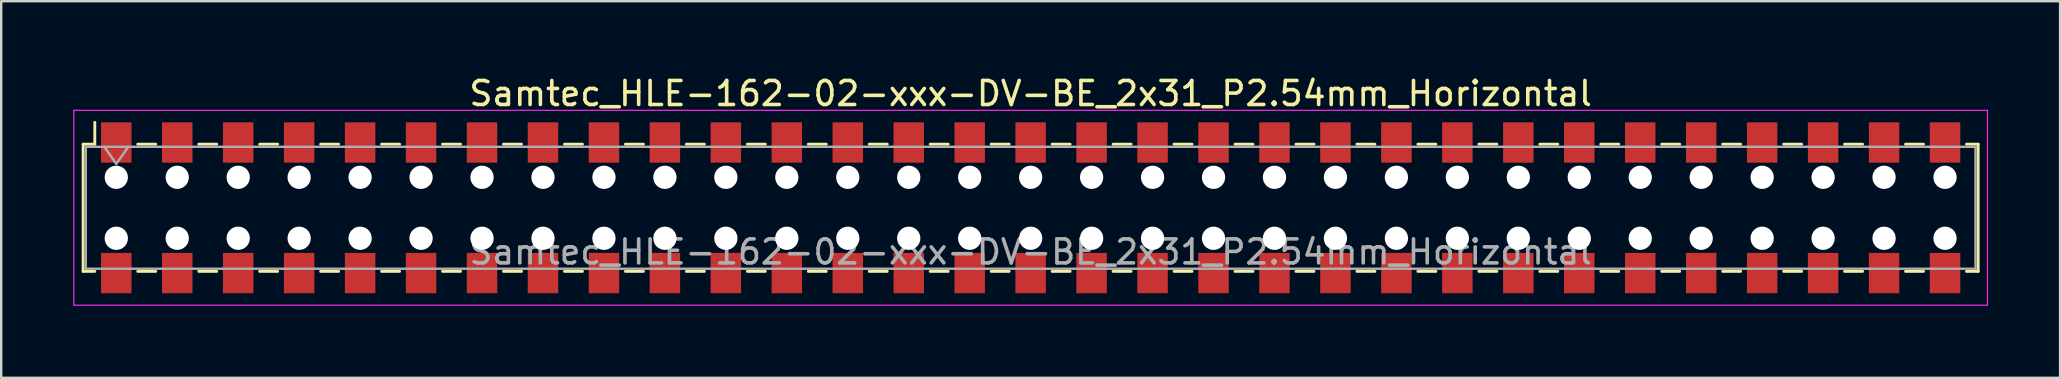
<source format=kicad_pcb>
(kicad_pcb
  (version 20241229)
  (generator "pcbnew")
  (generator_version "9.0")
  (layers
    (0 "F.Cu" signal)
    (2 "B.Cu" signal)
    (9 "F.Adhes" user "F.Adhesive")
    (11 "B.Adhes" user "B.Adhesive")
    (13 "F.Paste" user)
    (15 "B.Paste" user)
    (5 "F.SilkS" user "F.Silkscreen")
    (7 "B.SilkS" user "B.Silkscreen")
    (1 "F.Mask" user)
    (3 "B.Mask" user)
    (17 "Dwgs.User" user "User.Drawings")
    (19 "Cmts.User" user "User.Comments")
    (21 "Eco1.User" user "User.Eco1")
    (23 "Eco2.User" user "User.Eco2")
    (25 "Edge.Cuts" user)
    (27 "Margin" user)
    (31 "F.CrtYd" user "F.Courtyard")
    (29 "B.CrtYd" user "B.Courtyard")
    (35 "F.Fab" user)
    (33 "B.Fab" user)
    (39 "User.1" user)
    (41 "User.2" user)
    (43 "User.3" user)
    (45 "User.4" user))
  (footprint "Samtec_HLE-162-02-xxx-DV-BE_2x31_P2.54mm_Horizontal"
    (layer "F.Cu")
    (at 39.895 5.608)
    (property "Reference" "Samtec_HLE-162-02-xxx-DV-BE_2x31_P2.54mm_Horizontal" (at 0 -4.76 0) (layer "F.SilkS") (effects (font (size 1 1) (thickness 0.15))))
    (attr smd)
    (fp_line (start -39.48 -2.65) (end -39.48 2.65) (stroke (width 0.12) (type solid)) (layer "F.SilkS"))
    (fp_line (start -39.48 2.65) (end -38.995 2.65) (stroke (width 0.12) (type solid)) (layer "F.SilkS"))
    (fp_line (start -38.995 -3.56) (end -38.995 -2.65) (stroke (width 0.12) (type solid)) (layer "F.SilkS"))
    (fp_line (start -38.995 -2.65) (end -39.48 -2.65) (stroke (width 0.12) (type solid)) (layer "F.SilkS"))
    (fp_line (start -37.205 -2.65) (end -36.455 -2.65) (stroke (width 0.12) (type solid)) (layer "F.SilkS"))
    (fp_line (start -37.205 2.65) (end -36.455 2.65) (stroke (width 0.12) (type solid)) (layer "F.SilkS"))
    (fp_line (start -34.665 -2.65) (end -33.915 -2.65) (stroke (width 0.12) (type solid)) (layer "F.SilkS"))
    (fp_line (start -34.665 2.65) (end -33.915 2.65) (stroke (width 0.12) (type solid)) (layer "F.SilkS"))
    (fp_line (start -32.125 -2.65) (end -31.375 -2.65) (stroke (width 0.12) (type solid)) (layer "F.SilkS"))
    (fp_line (start -32.125 2.65) (end -31.375 2.65) (stroke (width 0.12) (type solid)) (layer "F.SilkS"))
    (fp_line (start -29.585 -2.65) (end -28.835 -2.65) (stroke (width 0.12) (type solid)) (layer "F.SilkS"))
    (fp_line (start -29.585 2.65) (end -28.835 2.65) (stroke (width 0.12) (type solid)) (layer "F.SilkS"))
    (fp_line (start -27.045 -2.65) (end -26.295 -2.65) (stroke (width 0.12) (type solid)) (layer "F.SilkS"))
    (fp_line (start -27.045 2.65) (end -26.295 2.65) (stroke (width 0.12) (type solid)) (layer "F.SilkS"))
    (fp_line (start -24.505 -2.65) (end -23.755 -2.65) (stroke (width 0.12) (type solid)) (layer "F.SilkS"))
    (fp_line (start -24.505 2.65) (end -23.755 2.65) (stroke (width 0.12) (type solid)) (layer "F.SilkS"))
    (fp_line (start -21.965 -2.65) (end -21.215 -2.65) (stroke (width 0.12) (type solid)) (layer "F.SilkS"))
    (fp_line (start -21.965 2.65) (end -21.215 2.65) (stroke (width 0.12) (type solid)) (layer "F.SilkS"))
    (fp_line (start -19.425 -2.65) (end -18.675 -2.65) (stroke (width 0.12) (type solid)) (layer "F.SilkS"))
    (fp_line (start -19.425 2.65) (end -18.675 2.65) (stroke (width 0.12) (type solid)) (layer "F.SilkS"))
    (fp_line (start -16.885 -2.65) (end -16.135 -2.65) (stroke (width 0.12) (type solid)) (layer "F.SilkS"))
    (fp_line (start -16.885 2.65) (end -16.135 2.65) (stroke (width 0.12) (type solid)) (layer "F.SilkS"))
    (fp_line (start -14.345 -2.65) (end -13.595 -2.65) (stroke (width 0.12) (type solid)) (layer "F.SilkS"))
    (fp_line (start -14.345 2.65) (end -13.595 2.65) (stroke (width 0.12) (type solid)) (layer "F.SilkS"))
    (fp_line (start -11.805 -2.65) (end -11.055 -2.65) (stroke (width 0.12) (type solid)) (layer "F.SilkS"))
    (fp_line (start -11.805 2.65) (end -11.055 2.65) (stroke (width 0.12) (type solid)) (layer "F.SilkS"))
    (fp_line (start -9.265 -2.65) (end -8.515 -2.65) (stroke (width 0.12) (type solid)) (layer "F.SilkS"))
    (fp_line (start -9.265 2.65) (end -8.515 2.65) (stroke (width 0.12) (type solid)) (layer "F.SilkS"))
    (fp_line (start -6.725 -2.65) (end -5.975 -2.65) (stroke (width 0.12) (type solid)) (layer "F.SilkS"))
    (fp_line (start -6.725 2.65) (end -5.975 2.65) (stroke (width 0.12) (type solid)) (layer "F.SilkS"))
    (fp_line (start -4.185 -2.65) (end -3.435 -2.65) (stroke (width 0.12) (type solid)) (layer "F.SilkS"))
    (fp_line (start -4.185 2.65) (end -3.435 2.65) (stroke (width 0.12) (type solid)) (layer "F.SilkS"))
    (fp_line (start -1.645 -2.65) (end -0.895 -2.65) (stroke (width 0.12) (type solid)) (layer "F.SilkS"))
    (fp_line (start -1.645 2.65) (end -0.895 2.65) (stroke (width 0.12) (type solid)) (layer "F.SilkS"))
    (fp_line (start 0.895 -2.65) (end 1.645 -2.65) (stroke (width 0.12) (type solid)) (layer "F.SilkS"))
    (fp_line (start 0.895 2.65) (end 1.645 2.65) (stroke (width 0.12) (type solid)) (layer "F.SilkS"))
    (fp_line (start 3.435 -2.65) (end 4.185 -2.65) (stroke (width 0.12) (type solid)) (layer "F.SilkS"))
    (fp_line (start 3.435 2.65) (end 4.185 2.65) (stroke (width 0.12) (type solid)) (layer "F.SilkS"))
    (fp_line (start 5.975 -2.65) (end 6.725 -2.65) (stroke (width 0.12) (type solid)) (layer "F.SilkS"))
    (fp_line (start 5.975 2.65) (end 6.725 2.65) (stroke (width 0.12) (type solid)) (layer "F.SilkS"))
    (fp_line (start 8.515 -2.65) (end 9.265 -2.65) (stroke (width 0.12) (type solid)) (layer "F.SilkS"))
    (fp_line (start 8.515 2.65) (end 9.265 2.65) (stroke (width 0.12) (type solid)) (layer "F.SilkS"))
    (fp_line (start 11.055 -2.65) (end 11.805 -2.65) (stroke (width 0.12) (type solid)) (layer "F.SilkS"))
    (fp_line (start 11.055 2.65) (end 11.805 2.65) (stroke (width 0.12) (type solid)) (layer "F.SilkS"))
    (fp_line (start 13.595 -2.65) (end 14.345 -2.65) (stroke (width 0.12) (type solid)) (layer "F.SilkS"))
    (fp_line (start 13.595 2.65) (end 14.345 2.65) (stroke (width 0.12) (type solid)) (layer "F.SilkS"))
    (fp_line (start 16.135 -2.65) (end 16.885 -2.65) (stroke (width 0.12) (type solid)) (layer "F.SilkS"))
    (fp_line (start 16.135 2.65) (end 16.885 2.65) (stroke (width 0.12) (type solid)) (layer "F.SilkS"))
    (fp_line (start 18.675 -2.65) (end 19.425 -2.65) (stroke (width 0.12) (type solid)) (layer "F.SilkS"))
    (fp_line (start 18.675 2.65) (end 19.425 2.65) (stroke (width 0.12) (type solid)) (layer "F.SilkS"))
    (fp_line (start 21.215 -2.65) (end 21.965 -2.65) (stroke (width 0.12) (type solid)) (layer "F.SilkS"))
    (fp_line (start 21.215 2.65) (end 21.965 2.65) (stroke (width 0.12) (type solid)) (layer "F.SilkS"))
    (fp_line (start 23.755 -2.65) (end 24.505 -2.65) (stroke (width 0.12) (type solid)) (layer "F.SilkS"))
    (fp_line (start 23.755 2.65) (end 24.505 2.65) (stroke (width 0.12) (type solid)) (layer "F.SilkS"))
    (fp_line (start 26.295 -2.65) (end 27.045 -2.65) (stroke (width 0.12) (type solid)) (layer "F.SilkS"))
    (fp_line (start 26.295 2.65) (end 27.045 2.65) (stroke (width 0.12) (type solid)) (layer "F.SilkS"))
    (fp_line (start 28.835 -2.65) (end 29.585 -2.65) (stroke (width 0.12) (type solid)) (layer "F.SilkS"))
    (fp_line (start 28.835 2.65) (end 29.585 2.65) (stroke (width 0.12) (type solid)) (layer "F.SilkS"))
    (fp_line (start 31.375 -2.65) (end 32.125 -2.65) (stroke (width 0.12) (type solid)) (layer "F.SilkS"))
    (fp_line (start 31.375 2.65) (end 32.125 2.65) (stroke (width 0.12) (type solid)) (layer "F.SilkS"))
    (fp_line (start 33.915 -2.65) (end 34.665 -2.65) (stroke (width 0.12) (type solid)) (layer "F.SilkS"))
    (fp_line (start 33.915 2.65) (end 34.665 2.65) (stroke (width 0.12) (type solid)) (layer "F.SilkS"))
    (fp_line (start 36.455 -2.65) (end 37.205 -2.65) (stroke (width 0.12) (type solid)) (layer "F.SilkS"))
    (fp_line (start 36.455 2.65) (end 37.205 2.65) (stroke (width 0.12) (type solid)) (layer "F.SilkS"))
    (fp_line (start 38.995 -2.65) (end 39.48 -2.65) (stroke (width 0.12) (type solid)) (layer "F.SilkS"))
    (fp_line (start 39.48 -2.65) (end 39.48 2.65) (stroke (width 0.12) (type solid)) (layer "F.SilkS"))
    (fp_line (start 39.48 2.65) (end 38.995 2.65) (stroke (width 0.12) (type solid)) (layer "F.SilkS"))
    (fp_line (start -39.87 -4.06) (end 39.87 -4.06) (stroke (width 0.05) (type solid)) (layer "F.CrtYd"))
    (fp_line (start -39.87 4.06) (end -39.87 -4.06) (stroke (width 0.05) (type solid)) (layer "F.CrtYd"))
    (fp_line (start 39.87 -4.06) (end 39.87 4.06) (stroke (width 0.05) (type solid)) (layer "F.CrtYd"))
    (fp_line (start 39.87 4.06) (end -39.87 4.06) (stroke (width 0.05) (type solid)) (layer "F.CrtYd"))
    (fp_line (start -39.37 -2.54) (end 39.37 -2.54) (stroke (width 0.1) (type solid)) (layer "F.Fab"))
    (fp_line (start -39.37 2.54) (end -39.37 -2.54) (stroke (width 0.1) (type solid)) (layer "F.Fab"))
    (fp_line (start -38.6 -2.54) (end -38.1 -1.833) (stroke (width 0.1) (type solid)) (layer "F.Fab"))
    (fp_line (start -38.1 -1.833) (end -37.6 -2.54) (stroke (width 0.1) (type solid)) (layer "F.Fab"))
    (fp_line (start 39.37 -2.54) (end 39.37 2.54) (stroke (width 0.1) (type solid)) (layer "F.Fab"))
    (fp_line (start 39.37 2.54) (end -39.37 2.54) (stroke (width 0.1) (type solid)) (layer "F.Fab"))
    (fp_text user "${REFERENCE}" (at 0 1.84 0) (layer "F.Fab") (effects (font (size 1 1) (thickness 0.15))))
    (pad "" np_thru_hole circle (at -38.1 -1.27) (size 0.97 0.97) (drill 0.97) (layers "*.Cu" "*.Mask"))
    (pad "" np_thru_hole circle (at -38.1 1.27) (size 0.97 0.97) (drill 0.97) (layers "*.Cu" "*.Mask"))
    (pad "" np_thru_hole circle (at -35.56 -1.27) (size 0.97 0.97) (drill 0.97) (layers "*.Cu" "*.Mask"))
    (pad "" np_thru_hole circle (at -35.56 1.27) (size 0.97 0.97) (drill 0.97) (layers "*.Cu" "*.Mask"))
    (pad "" np_thru_hole circle (at -33.02 -1.27) (size 0.97 0.97) (drill 0.97) (layers "*.Cu" "*.Mask"))
    (pad "" np_thru_hole circle (at -33.02 1.27) (size 0.97 0.97) (drill 0.97) (layers "*.Cu" "*.Mask"))
    (pad "" np_thru_hole circle (at -30.48 -1.27) (size 0.97 0.97) (drill 0.97) (layers "*.Cu" "*.Mask"))
    (pad "" np_thru_hole circle (at -30.48 1.27) (size 0.97 0.97) (drill 0.97) (layers "*.Cu" "*.Mask"))
    (pad "" np_thru_hole circle (at -27.94 -1.27) (size 0.97 0.97) (drill 0.97) (layers "*.Cu" "*.Mask"))
    (pad "" np_thru_hole circle (at -27.94 1.27) (size 0.97 0.97) (drill 0.97) (layers "*.Cu" "*.Mask"))
    (pad "" np_thru_hole circle (at -25.4 -1.27) (size 0.97 0.97) (drill 0.97) (layers "*.Cu" "*.Mask"))
    (pad "" np_thru_hole circle (at -25.4 1.27) (size 0.97 0.97) (drill 0.97) (layers "*.Cu" "*.Mask"))
    (pad "" np_thru_hole circle (at -22.86 -1.27) (size 0.97 0.97) (drill 0.97) (layers "*.Cu" "*.Mask"))
    (pad "" np_thru_hole circle (at -22.86 1.27) (size 0.97 0.97) (drill 0.97) (layers "*.Cu" "*.Mask"))
    (pad "" np_thru_hole circle (at -20.32 -1.27) (size 0.97 0.97) (drill 0.97) (layers "*.Cu" "*.Mask"))
    (pad "" np_thru_hole circle (at -20.32 1.27) (size 0.97 0.97) (drill 0.97) (layers "*.Cu" "*.Mask"))
    (pad "" np_thru_hole circle (at -17.78 -1.27) (size 0.97 0.97) (drill 0.97) (layers "*.Cu" "*.Mask"))
    (pad "" np_thru_hole circle (at -17.78 1.27) (size 0.97 0.97) (drill 0.97) (layers "*.Cu" "*.Mask"))
    (pad "" np_thru_hole circle (at -15.24 -1.27) (size 0.97 0.97) (drill 0.97) (layers "*.Cu" "*.Mask"))
    (pad "" np_thru_hole circle (at -15.24 1.27) (size 0.97 0.97) (drill 0.97) (layers "*.Cu" "*.Mask"))
    (pad "" np_thru_hole circle (at -12.7 -1.27) (size 0.97 0.97) (drill 0.97) (layers "*.Cu" "*.Mask"))
    (pad "" np_thru_hole circle (at -12.7 1.27) (size 0.97 0.97) (drill 0.97) (layers "*.Cu" "*.Mask"))
    (pad "" np_thru_hole circle (at -10.16 -1.27) (size 0.97 0.97) (drill 0.97) (layers "*.Cu" "*.Mask"))
    (pad "" np_thru_hole circle (at -10.16 1.27) (size 0.97 0.97) (drill 0.97) (layers "*.Cu" "*.Mask"))
    (pad "" np_thru_hole circle (at -7.62 -1.27) (size 0.97 0.97) (drill 0.97) (layers "*.Cu" "*.Mask"))
    (pad "" np_thru_hole circle (at -7.62 1.27) (size 0.97 0.97) (drill 0.97) (layers "*.Cu" "*.Mask"))
    (pad "" np_thru_hole circle (at -5.08 -1.27) (size 0.97 0.97) (drill 0.97) (layers "*.Cu" "*.Mask"))
    (pad "" np_thru_hole circle (at -5.08 1.27) (size 0.97 0.97) (drill 0.97) (layers "*.Cu" "*.Mask"))
    (pad "" np_thru_hole circle (at -2.54 -1.27) (size 0.97 0.97) (drill 0.97) (layers "*.Cu" "*.Mask"))
    (pad "" np_thru_hole circle (at -2.54 1.27) (size 0.97 0.97) (drill 0.97) (layers "*.Cu" "*.Mask"))
    (pad "" np_thru_hole circle (at 0 -1.27) (size 0.97 0.97) (drill 0.97) (layers "*.Cu" "*.Mask"))
    (pad "" np_thru_hole circle (at 0 1.27) (size 0.97 0.97) (drill 0.97) (layers "*.Cu" "*.Mask"))
    (pad "" np_thru_hole circle (at 2.54 -1.27) (size 0.97 0.97) (drill 0.97) (layers "*.Cu" "*.Mask"))
    (pad "" np_thru_hole circle (at 2.54 1.27) (size 0.97 0.97) (drill 0.97) (layers "*.Cu" "*.Mask"))
    (pad "" np_thru_hole circle (at 5.08 -1.27) (size 0.97 0.97) (drill 0.97) (layers "*.Cu" "*.Mask"))
    (pad "" np_thru_hole circle (at 5.08 1.27) (size 0.97 0.97) (drill 0.97) (layers "*.Cu" "*.Mask"))
    (pad "" np_thru_hole circle (at 7.62 -1.27) (size 0.97 0.97) (drill 0.97) (layers "*.Cu" "*.Mask"))
    (pad "" np_thru_hole circle (at 7.62 1.27) (size 0.97 0.97) (drill 0.97) (layers "*.Cu" "*.Mask"))
    (pad "" np_thru_hole circle (at 10.16 -1.27) (size 0.97 0.97) (drill 0.97) (layers "*.Cu" "*.Mask"))
    (pad "" np_thru_hole circle (at 10.16 1.27) (size 0.97 0.97) (drill 0.97) (layers "*.Cu" "*.Mask"))
    (pad "" np_thru_hole circle (at 12.7 -1.27) (size 0.97 0.97) (drill 0.97) (layers "*.Cu" "*.Mask"))
    (pad "" np_thru_hole circle (at 12.7 1.27) (size 0.97 0.97) (drill 0.97) (layers "*.Cu" "*.Mask"))
    (pad "" np_thru_hole circle (at 15.24 -1.27) (size 0.97 0.97) (drill 0.97) (layers "*.Cu" "*.Mask"))
    (pad "" np_thru_hole circle (at 15.24 1.27) (size 0.97 0.97) (drill 0.97) (layers "*.Cu" "*.Mask"))
    (pad "" np_thru_hole circle (at 17.78 -1.27) (size 0.97 0.97) (drill 0.97) (layers "*.Cu" "*.Mask"))
    (pad "" np_thru_hole circle (at 17.78 1.27) (size 0.97 0.97) (drill 0.97) (layers "*.Cu" "*.Mask"))
    (pad "" np_thru_hole circle (at 20.32 -1.27) (size 0.97 0.97) (drill 0.97) (layers "*.Cu" "*.Mask"))
    (pad "" np_thru_hole circle (at 20.32 1.27) (size 0.97 0.97) (drill 0.97) (layers "*.Cu" "*.Mask"))
    (pad "" np_thru_hole circle (at 22.86 -1.27) (size 0.97 0.97) (drill 0.97) (layers "*.Cu" "*.Mask"))
    (pad "" np_thru_hole circle (at 22.86 1.27) (size 0.97 0.97) (drill 0.97) (layers "*.Cu" "*.Mask"))
    (pad "" np_thru_hole circle (at 25.4 -1.27) (size 0.97 0.97) (drill 0.97) (layers "*.Cu" "*.Mask"))
    (pad "" np_thru_hole circle (at 25.4 1.27) (size 0.97 0.97) (drill 0.97) (layers "*.Cu" "*.Mask"))
    (pad "" np_thru_hole circle (at 27.94 -1.27) (size 0.97 0.97) (drill 0.97) (layers "*.Cu" "*.Mask"))
    (pad "" np_thru_hole circle (at 27.94 1.27) (size 0.97 0.97) (drill 0.97) (layers "*.Cu" "*.Mask"))
    (pad "" np_thru_hole circle (at 30.48 -1.27) (size 0.97 0.97) (drill 0.97) (layers "*.Cu" "*.Mask"))
    (pad "" np_thru_hole circle (at 30.48 1.27) (size 0.97 0.97) (drill 0.97) (layers "*.Cu" "*.Mask"))
    (pad "" np_thru_hole circle (at 33.02 -1.27) (size 0.97 0.97) (drill 0.97) (layers "*.Cu" "*.Mask"))
    (pad "" np_thru_hole circle (at 33.02 1.27) (size 0.97 0.97) (drill 0.97) (layers "*.Cu" "*.Mask"))
    (pad "" np_thru_hole circle (at 35.56 -1.27) (size 0.97 0.97) (drill 0.97) (layers "*.Cu" "*.Mask"))
    (pad "" np_thru_hole circle (at 35.56 1.27) (size 0.97 0.97) (drill 0.97) (layers "*.Cu" "*.Mask"))
    (pad "" np_thru_hole circle (at 38.1 -1.27) (size 0.97 0.97) (drill 0.97) (layers "*.Cu" "*.Mask"))
    (pad "" np_thru_hole circle (at 38.1 1.27) (size 0.97 0.97) (drill 0.97) (layers "*.Cu" "*.Mask"))
    (pad "1" smd rect (at -38.1 -2.72) (size 1.27 1.68) (layers "F.Cu" "F.Mask" "F.Paste"))
    (pad "2" smd rect (at -38.1 2.72) (size 1.27 1.68) (layers "F.Cu" "F.Mask" "F.Paste"))
    (pad "3" smd rect (at -35.56 -2.72) (size 1.27 1.68) (layers "F.Cu" "F.Mask" "F.Paste"))
    (pad "4" smd rect (at -35.56 2.72) (size 1.27 1.68) (layers "F.Cu" "F.Mask" "F.Paste"))
    (pad "5" smd rect (at -33.02 -2.72) (size 1.27 1.68) (layers "F.Cu" "F.Mask" "F.Paste"))
    (pad "6" smd rect (at -33.02 2.72) (size 1.27 1.68) (layers "F.Cu" "F.Mask" "F.Paste"))
    (pad "7" smd rect (at -30.48 -2.72) (size 1.27 1.68) (layers "F.Cu" "F.Mask" "F.Paste"))
    (pad "8" smd rect (at -30.48 2.72) (size 1.27 1.68) (layers "F.Cu" "F.Mask" "F.Paste"))
    (pad "9" smd rect (at -27.94 -2.72) (size 1.27 1.68) (layers "F.Cu" "F.Mask" "F.Paste"))
    (pad "10" smd rect (at -27.94 2.72) (size 1.27 1.68) (layers "F.Cu" "F.Mask" "F.Paste"))
    (pad "11" smd rect (at -25.4 -2.72) (size 1.27 1.68) (layers "F.Cu" "F.Mask" "F.Paste"))
    (pad "12" smd rect (at -25.4 2.72) (size 1.27 1.68) (layers "F.Cu" "F.Mask" "F.Paste"))
    (pad "13" smd rect (at -22.86 -2.72) (size 1.27 1.68) (layers "F.Cu" "F.Mask" "F.Paste"))
    (pad "14" smd rect (at -22.86 2.72) (size 1.27 1.68) (layers "F.Cu" "F.Mask" "F.Paste"))
    (pad "15" smd rect (at -20.32 -2.72) (size 1.27 1.68) (layers "F.Cu" "F.Mask" "F.Paste"))
    (pad "16" smd rect (at -20.32 2.72) (size 1.27 1.68) (layers "F.Cu" "F.Mask" "F.Paste"))
    (pad "17" smd rect (at -17.78 -2.72) (size 1.27 1.68) (layers "F.Cu" "F.Mask" "F.Paste"))
    (pad "18" smd rect (at -17.78 2.72) (size 1.27 1.68) (layers "F.Cu" "F.Mask" "F.Paste"))
    (pad "19" smd rect (at -15.24 -2.72) (size 1.27 1.68) (layers "F.Cu" "F.Mask" "F.Paste"))
    (pad "20" smd rect (at -15.24 2.72) (size 1.27 1.68) (layers "F.Cu" "F.Mask" "F.Paste"))
    (pad "21" smd rect (at -12.7 -2.72) (size 1.27 1.68) (layers "F.Cu" "F.Mask" "F.Paste"))
    (pad "22" smd rect (at -12.7 2.72) (size 1.27 1.68) (layers "F.Cu" "F.Mask" "F.Paste"))
    (pad "23" smd rect (at -10.16 -2.72) (size 1.27 1.68) (layers "F.Cu" "F.Mask" "F.Paste"))
    (pad "24" smd rect (at -10.16 2.72) (size 1.27 1.68) (layers "F.Cu" "F.Mask" "F.Paste"))
    (pad "25" smd rect (at -7.62 -2.72) (size 1.27 1.68) (layers "F.Cu" "F.Mask" "F.Paste"))
    (pad "26" smd rect (at -7.62 2.72) (size 1.27 1.68) (layers "F.Cu" "F.Mask" "F.Paste"))
    (pad "27" smd rect (at -5.08 -2.72) (size 1.27 1.68) (layers "F.Cu" "F.Mask" "F.Paste"))
    (pad "28" smd rect (at -5.08 2.72) (size 1.27 1.68) (layers "F.Cu" "F.Mask" "F.Paste"))
    (pad "29" smd rect (at -2.54 -2.72) (size 1.27 1.68) (layers "F.Cu" "F.Mask" "F.Paste"))
    (pad "30" smd rect (at -2.54 2.72) (size 1.27 1.68) (layers "F.Cu" "F.Mask" "F.Paste"))
    (pad "31" smd rect (at 0 -2.72) (size 1.27 1.68) (layers "F.Cu" "F.Mask" "F.Paste"))
    (pad "32" smd rect (at 0 2.72) (size 1.27 1.68) (layers "F.Cu" "F.Mask" "F.Paste"))
    (pad "33" smd rect (at 2.54 -2.72) (size 1.27 1.68) (layers "F.Cu" "F.Mask" "F.Paste"))
    (pad "34" smd rect (at 2.54 2.72) (size 1.27 1.68) (layers "F.Cu" "F.Mask" "F.Paste"))
    (pad "35" smd rect (at 5.08 -2.72) (size 1.27 1.68) (layers "F.Cu" "F.Mask" "F.Paste"))
    (pad "36" smd rect (at 5.08 2.72) (size 1.27 1.68) (layers "F.Cu" "F.Mask" "F.Paste"))
    (pad "37" smd rect (at 7.62 -2.72) (size 1.27 1.68) (layers "F.Cu" "F.Mask" "F.Paste"))
    (pad "38" smd rect (at 7.62 2.72) (size 1.27 1.68) (layers "F.Cu" "F.Mask" "F.Paste"))
    (pad "39" smd rect (at 10.16 -2.72) (size 1.27 1.68) (layers "F.Cu" "F.Mask" "F.Paste"))
    (pad "40" smd rect (at 10.16 2.72) (size 1.27 1.68) (layers "F.Cu" "F.Mask" "F.Paste"))
    (pad "41" smd rect (at 12.7 -2.72) (size 1.27 1.68) (layers "F.Cu" "F.Mask" "F.Paste"))
    (pad "42" smd rect (at 12.7 2.72) (size 1.27 1.68) (layers "F.Cu" "F.Mask" "F.Paste"))
    (pad "43" smd rect (at 15.24 -2.72) (size 1.27 1.68) (layers "F.Cu" "F.Mask" "F.Paste"))
    (pad "44" smd rect (at 15.24 2.72) (size 1.27 1.68) (layers "F.Cu" "F.Mask" "F.Paste"))
    (pad "45" smd rect (at 17.78 -2.72) (size 1.27 1.68) (layers "F.Cu" "F.Mask" "F.Paste"))
    (pad "46" smd rect (at 17.78 2.72) (size 1.27 1.68) (layers "F.Cu" "F.Mask" "F.Paste"))
    (pad "47" smd rect (at 20.32 -2.72) (size 1.27 1.68) (layers "F.Cu" "F.Mask" "F.Paste"))
    (pad "48" smd rect (at 20.32 2.72) (size 1.27 1.68) (layers "F.Cu" "F.Mask" "F.Paste"))
    (pad "49" smd rect (at 22.86 -2.72) (size 1.27 1.68) (layers "F.Cu" "F.Mask" "F.Paste"))
    (pad "50" smd rect (at 22.86 2.72) (size 1.27 1.68) (layers "F.Cu" "F.Mask" "F.Paste"))
    (pad "51" smd rect (at 25.4 -2.72) (size 1.27 1.68) (layers "F.Cu" "F.Mask" "F.Paste"))
    (pad "52" smd rect (at 25.4 2.72) (size 1.27 1.68) (layers "F.Cu" "F.Mask" "F.Paste"))
    (pad "53" smd rect (at 27.94 -2.72) (size 1.27 1.68) (layers "F.Cu" "F.Mask" "F.Paste"))
    (pad "54" smd rect (at 27.94 2.72) (size 1.27 1.68) (layers "F.Cu" "F.Mask" "F.Paste"))
    (pad "55" smd rect (at 30.48 -2.72) (size 1.27 1.68) (layers "F.Cu" "F.Mask" "F.Paste"))
    (pad "56" smd rect (at 30.48 2.72) (size 1.27 1.68) (layers "F.Cu" "F.Mask" "F.Paste"))
    (pad "57" smd rect (at 33.02 -2.72) (size 1.27 1.68) (layers "F.Cu" "F.Mask" "F.Paste"))
    (pad "58" smd rect (at 33.02 2.72) (size 1.27 1.68) (layers "F.Cu" "F.Mask" "F.Paste"))
    (pad "59" smd rect (at 35.56 -2.72) (size 1.27 1.68) (layers "F.Cu" "F.Mask" "F.Paste"))
    (pad "60" smd rect (at 35.56 2.72) (size 1.27 1.68) (layers "F.Cu" "F.Mask" "F.Paste"))
    (pad "61" smd rect (at 38.1 -2.72) (size 1.27 1.68) (layers "F.Cu" "F.Mask" "F.Paste"))
    (pad "62" smd rect (at 38.1 2.72) (size 1.27 1.68) (layers "F.Cu" "F.Mask" "F.Paste")))
  (gr_rect
    (start -3 -3)
    (end 82.79 12.693)
    (stroke (width 0.1) (type default))
    (fill no)
    (layer "Edge.Cuts")))
</source>
